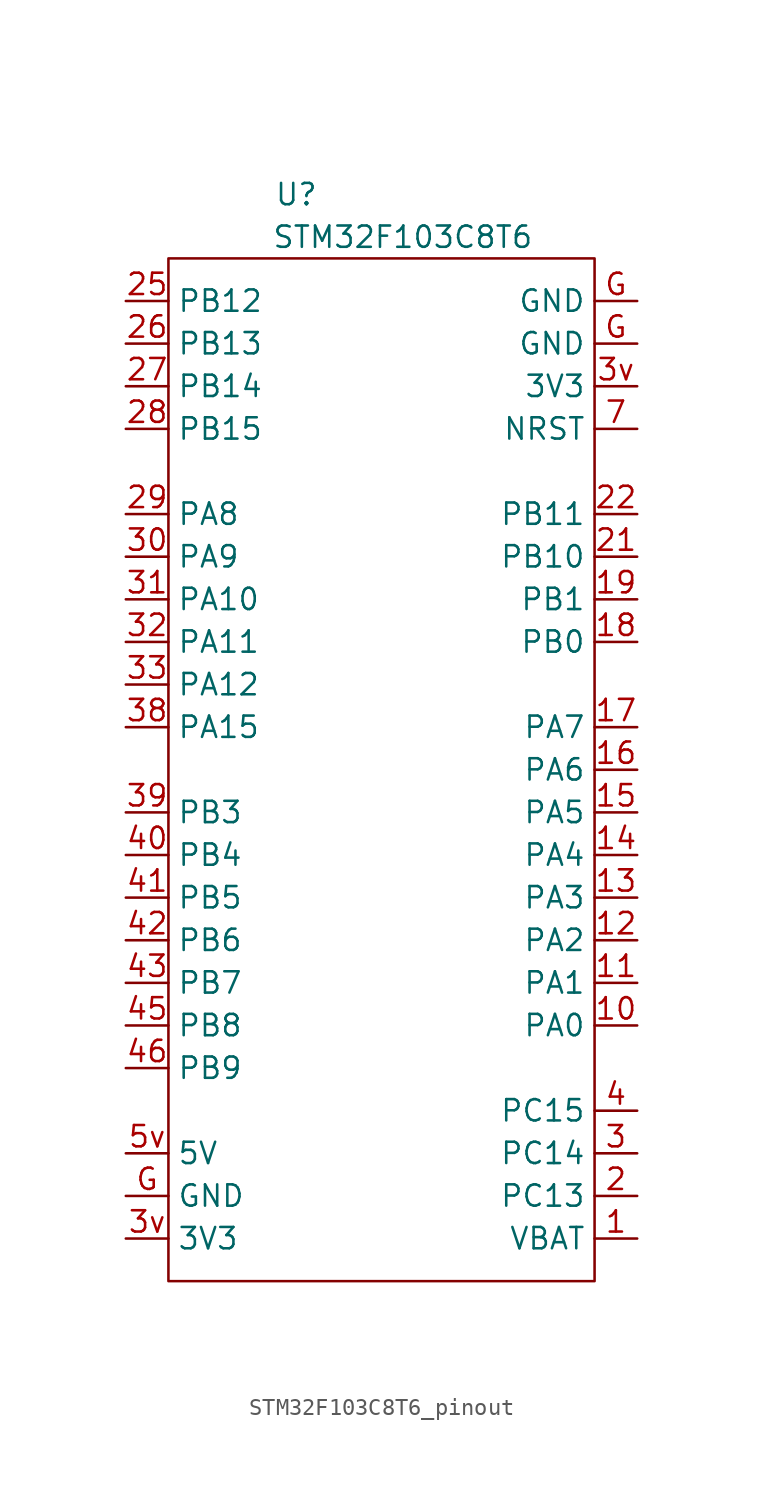
<source format=kicad_sym>
(kicad_symbol_lib
  (version 20220914)
  (generator kicad_symbol_editor)
  (symbol "STM32F103C8T6_pinout"
    (property "Reference" "U"
      (at -5.08 64.77 0)
      (effects (font (size 1.27 1.27))))
    (property "Value" "STM32F103C8T6"
      (at 1.27 62.23 0)
      (effects (font (size 1.27 1.27))))
    (symbol "STM32F103C8T6_pinout_0_1"
      (rectangle (start -12.7 60.96) (end 12.7 0) (stroke (width 0) (type default)) (fill (type none))))
    (symbol "STM32F103C8T6_pinout_1_1"
      (pin power_in line (at 15.24 2.54 180) (length 2.54) (name "VBAT" (effects (font (size 1.27 1.27)))) (number "1" (effects (font (size 1.27 1.27)))))
      (pin bidirectional line (at 15.24 15.24 180) (length 2.54) (name "PA0" (effects (font (size 1.27 1.27)))) (number "10" (effects (font (size 1.27 1.27)))))
      (pin bidirectional line (at 15.24 17.78 180) (length 2.54) (name "PA1" (effects (font (size 1.27 1.27)))) (number "11" (effects (font (size 1.27 1.27)))))
      (pin bidirectional line (at 15.24 20.32 180) (length 2.54) (name "PA2" (effects (font (size 1.27 1.27)))) (number "12" (effects (font (size 1.27 1.27)))))
      (pin bidirectional line (at 15.24 22.86 180) (length 2.54) (name "PA3" (effects (font (size 1.27 1.27)))) (number "13" (effects (font (size 1.27 1.27)))))
      (pin bidirectional line (at 15.24 25.4 180) (length 2.54) (name "PA4" (effects (font (size 1.27 1.27)))) (number "14" (effects (font (size 1.27 1.27)))))
      (pin bidirectional line (at 15.24 27.94 180) (length 2.54) (name "PA5" (effects (font (size 1.27 1.27)))) (number "15" (effects (font (size 1.27 1.27)))))
      (pin bidirectional line (at 15.24 30.48 180) (length 2.54) (name "PA6" (effects (font (size 1.27 1.27)))) (number "16" (effects (font (size 1.27 1.27)))))
      (pin bidirectional line (at 15.24 33.02 180) (length 2.54) (name "PA7" (effects (font (size 1.27 1.27)))) (number "17" (effects (font (size 1.27 1.27)))))
      (pin bidirectional line (at 15.24 38.1 180) (length 2.54) (name "PB0" (effects (font (size 1.27 1.27)))) (number "18" (effects (font (size 1.27 1.27)))))
      (pin bidirectional line (at 15.24 40.64 180) (length 2.54) (name "PB1" (effects (font (size 1.27 1.27)))) (number "19" (effects (font (size 1.27 1.27)))))
      (pin bidirectional line (at 15.24 5.08 180) (length 2.54) (name "PC13" (effects (font (size 1.27 1.27)))) (number "2" (effects (font (size 1.27 1.27)))))
      (pin bidirectional line (at 15.24 43.18 180) (length 2.54) (name "PB10" (effects (font (size 1.27 1.27)))) (number "21" (effects (font (size 1.27 1.27)))))
      (pin bidirectional line (at 15.24 45.72 180) (length 2.54) (name "PB11" (effects (font (size 1.27 1.27)))) (number "22" (effects (font (size 1.27 1.27)))))
      (pin bidirectional line (at -15.24 58.42 0) (length 2.54) (name "PB12" (effects (font (size 1.27 1.27)))) (number "25" (effects (font (size 1.27 1.27)))))
      (pin bidirectional line (at -15.24 55.88 0) (length 2.54) (name "PB13" (effects (font (size 1.27 1.27)))) (number "26" (effects (font (size 1.27 1.27)))))
      (pin bidirectional line (at -15.24 53.34 0) (length 2.54) (name "PB14" (effects (font (size 1.27 1.27)))) (number "27" (effects (font (size 1.27 1.27)))))
      (pin bidirectional line (at -15.24 50.8 0) (length 2.54) (name "PB15" (effects (font (size 1.27 1.27)))) (number "28" (effects (font (size 1.27 1.27)))))
      (pin bidirectional line (at -15.24 45.72 0) (length 2.54) (name "PA8" (effects (font (size 1.27 1.27)))) (number "29" (effects (font (size 1.27 1.27)))))
      (pin bidirectional line (at 15.24 7.62 180) (length 2.54) (name "PC14" (effects (font (size 1.27 1.27)))) (number "3" (effects (font (size 1.27 1.27)))))
      (pin bidirectional line (at -15.24 43.18 0) (length 2.54) (name "PA9" (effects (font (size 1.27 1.27)))) (number "30" (effects (font (size 1.27 1.27)))))
      (pin bidirectional line (at -15.24 40.64 0) (length 2.54) (name "PA10" (effects (font (size 1.27 1.27)))) (number "31" (effects (font (size 1.27 1.27)))))
      (pin bidirectional line (at -15.24 38.1 0) (length 2.54) (name "PA11" (effects (font (size 1.27 1.27)))) (number "32" (effects (font (size 1.27 1.27)))))
      (pin bidirectional line (at -15.24 35.56 0) (length 2.54) (name "PA12" (effects (font (size 1.27 1.27)))) (number "33" (effects (font (size 1.27 1.27)))))
      (pin bidirectional line (at -15.24 33.02 0) (length 2.54) (name "PA15" (effects (font (size 1.27 1.27)))) (number "38" (effects (font (size 1.27 1.27)))))
      (pin bidirectional line (at -15.24 27.94 0) (length 2.54) (name "PB3" (effects (font (size 1.27 1.27)))) (number "39" (effects (font (size 1.27 1.27)))))
      (pin power_in line (at -15.24 2.54 0) (length 2.54) (name "3V3" (effects (font (size 1.27 1.27)))) (number "3v" (effects (font (size 1.27 1.27)))))
      (pin power_in line (at 15.24 53.34 180) (length 2.54) (name "3V3" (effects (font (size 1.27 1.27)))) (number "3v" (effects (font (size 1.27 1.27)))))
      (pin bidirectional line (at 15.24 10.16 180) (length 2.54) (name "PC15" (effects (font (size 1.27 1.27)))) (number "4" (effects (font (size 1.27 1.27)))))
      (pin bidirectional line (at -15.24 25.4 0) (length 2.54) (name "PB4" (effects (font (size 1.27 1.27)))) (number "40" (effects (font (size 1.27 1.27)))))
      (pin bidirectional line (at -15.24 22.86 0) (length 2.54) (name "PB5" (effects (font (size 1.27 1.27)))) (number "41" (effects (font (size 1.27 1.27)))))
      (pin bidirectional line (at -15.24 20.32 0) (length 2.54) (name "PB6" (effects (font (size 1.27 1.27)))) (number "42" (effects (font (size 1.27 1.27)))))
      (pin bidirectional line (at -15.24 17.78 0) (length 2.54) (name "PB7" (effects (font (size 1.27 1.27)))) (number "43" (effects (font (size 1.27 1.27)))))
      (pin bidirectional line (at -15.24 15.24 0) (length 2.54) (name "PB8" (effects (font (size 1.27 1.27)))) (number "45" (effects (font (size 1.27 1.27)))))
      (pin bidirectional line (at -15.24 12.7 0) (length 2.54) (name "PB9" (effects (font (size 1.27 1.27)))) (number "46" (effects (font (size 1.27 1.27)))))
      (pin power_in line (at -15.24 7.62 0) (length 2.54) (name "5V" (effects (font (size 1.27 1.27)))) (number "5v" (effects (font (size 1.27 1.27)))))
      (pin input line (at 15.24 50.8 180) (length 2.54) (name "NRST" (effects (font (size 1.27 1.27)))) (number "7" (effects (font (size 1.27 1.27)))))
      (pin power_in line (at -15.24 5.08 0) (length 2.54) (name "GND" (effects (font (size 1.27 1.27)))) (number "G" (effects (font (size 1.27 1.27)))))
      (pin power_in line (at 15.24 55.88 180) (length 2.54) (name "GND" (effects (font (size 1.27 1.27)))) (number "G" (effects (font (size 1.27 1.27)))))
      (pin power_in line (at 15.24 58.42 180) (length 2.54) (name "GND" (effects (font (size 1.27 1.27)))) (number "G" (effects (font (size 1.27 1.27))))))))
</source>
